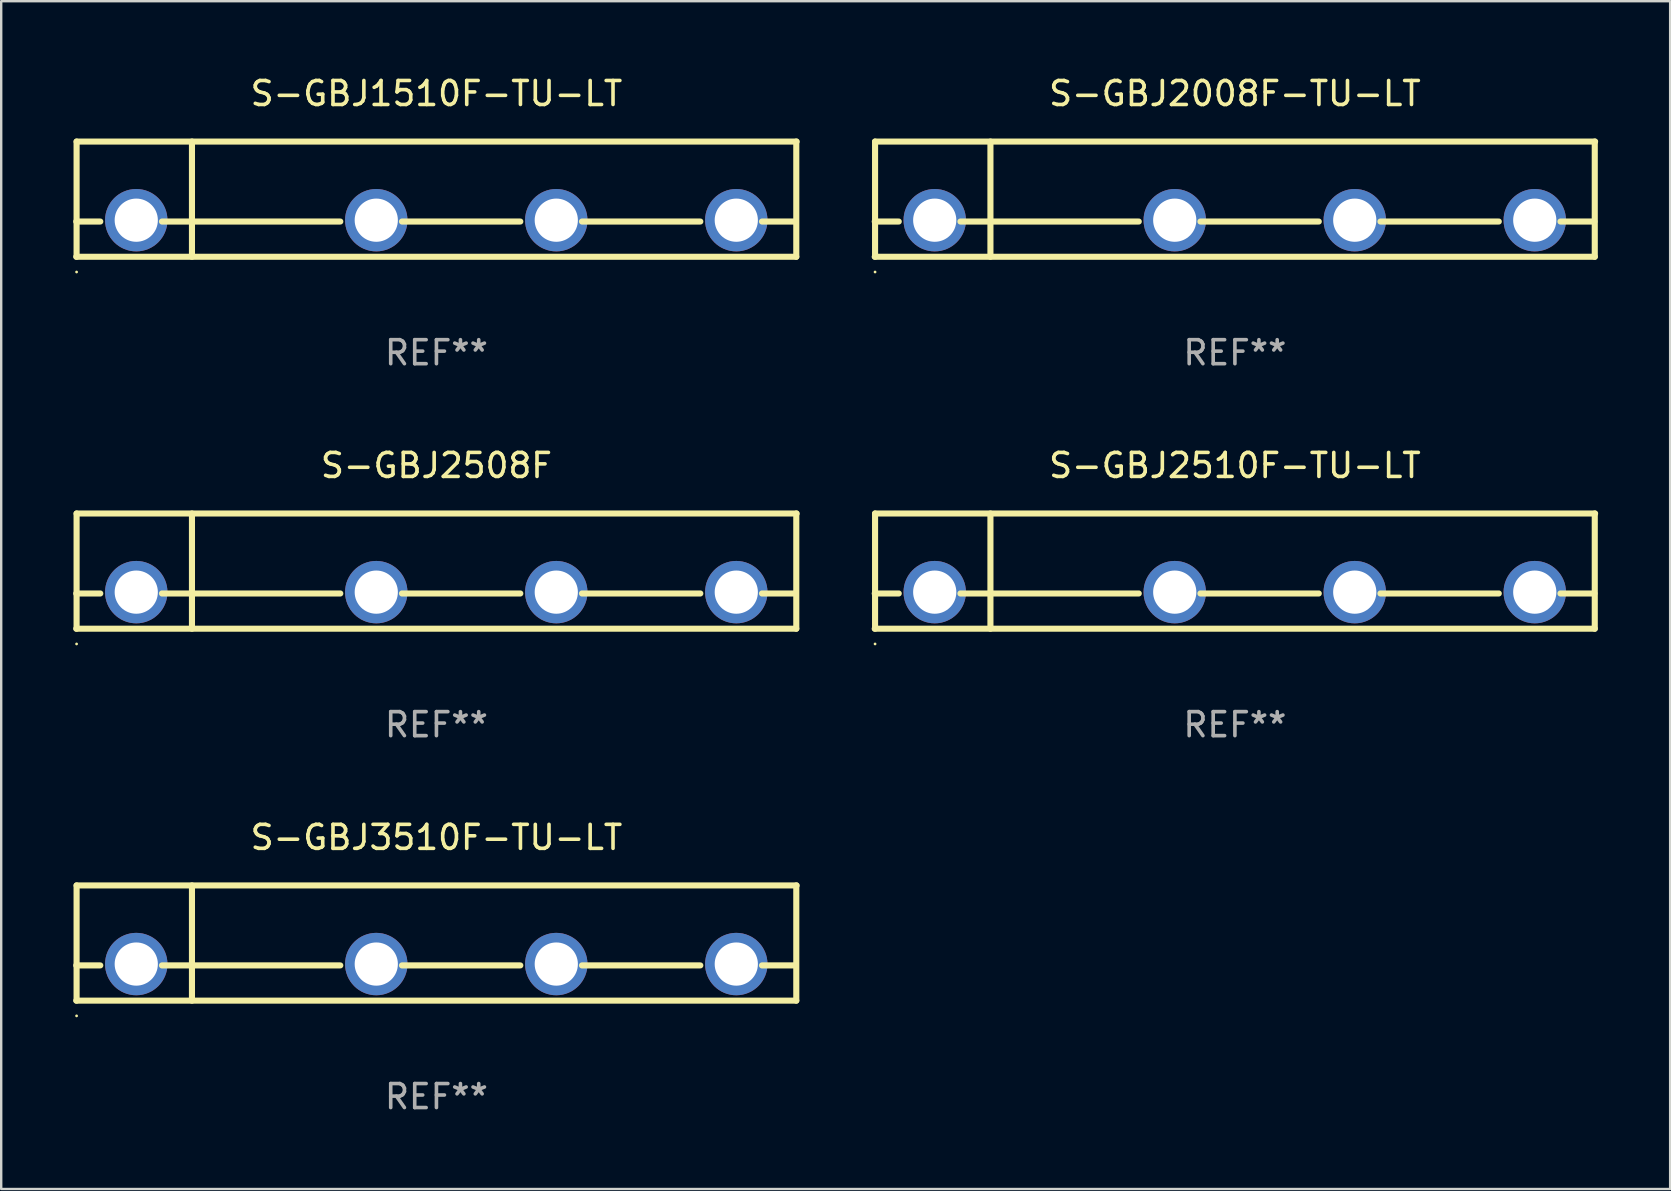
<source format=kicad_pcb>
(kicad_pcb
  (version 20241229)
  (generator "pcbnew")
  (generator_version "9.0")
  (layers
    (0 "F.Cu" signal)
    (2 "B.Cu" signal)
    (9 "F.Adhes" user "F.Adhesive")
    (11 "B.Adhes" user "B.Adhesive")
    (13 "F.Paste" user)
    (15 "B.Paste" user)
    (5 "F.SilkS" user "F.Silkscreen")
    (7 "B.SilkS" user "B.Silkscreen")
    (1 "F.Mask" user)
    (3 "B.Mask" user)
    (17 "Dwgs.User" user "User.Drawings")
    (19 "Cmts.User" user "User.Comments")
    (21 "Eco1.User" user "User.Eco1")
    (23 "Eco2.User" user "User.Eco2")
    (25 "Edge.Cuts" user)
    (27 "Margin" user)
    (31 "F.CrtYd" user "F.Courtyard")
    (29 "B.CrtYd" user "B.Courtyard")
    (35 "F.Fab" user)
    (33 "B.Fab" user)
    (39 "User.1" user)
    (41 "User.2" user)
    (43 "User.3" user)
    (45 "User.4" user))
  (footprint "S-GBJ2510F-TU-LT"
    (layer "F.Cu")
    (at 48.402 20.745)
    (property "Reference" "S-GBJ2510F-TU-LT" (at 0 -4.4 0) (layer "F.SilkS") (effects (font (size 1 1) (thickness 0.15))))
    (attr through_hole)
    (fp_line (start -15.007 0.932) (end -14.006 0.932) (stroke (width 0.254) (type solid)) (layer "F.SilkS"))
    (fp_line (start -15.007 2.4) (end 14.993 2.4) (stroke (width 0.254) (type solid)) (layer "F.SilkS"))
    (fp_line (start -14.993 -2.4) (end -14.993 2.4) (stroke (width 0.254) (type solid)) (layer "F.SilkS"))
    (fp_line (start -14.993 -2.4) (end 15.007 -2.4) (stroke (width 0.254) (type solid)) (layer "F.SilkS"))
    (fp_line (start -11.436 0.932) (end -4.006 0.932) (stroke (width 0.254) (type solid)) (layer "F.SilkS"))
    (fp_line (start -10.186 -2.4) (end -10.186 2.4) (stroke (width 0.254) (type solid)) (layer "F.SilkS"))
    (fp_line (start -1.436 0.932) (end 3.494 0.932) (stroke (width 0.254) (type solid)) (layer "F.SilkS"))
    (fp_line (start 6.064 0.932) (end 10.994 0.932) (stroke (width 0.254) (type solid)) (layer "F.SilkS"))
    (fp_line (start 13.564 0.932) (end 14.979 0.932) (stroke (width 0.254) (type solid)) (layer "F.SilkS"))
    (fp_line (start 14.993 -2.4) (end 14.993 2.4) (stroke (width 0.254) (type solid)) (layer "F.SilkS"))
    (fp_circle (center -14.993 3.035) (end -14.963 3.035) (stroke (width 0.06) (type solid)) (fill no) (layer "F.SilkS"))
    (fp_text user "&#126;" (at -3.308 -0.701 0) (layer "B.Mask") (effects (font (size 1 1) (thickness 0.15))))
    (fp_text user "+" (at -13.468 -0.656 0) (layer "B.Mask") (effects (font (size 1 1) (thickness 0.15))))
    (fp_text user "&#126;" (at 3.931 -0.574 0) (layer "B.Mask") (effects (font (size 1 1) (thickness 0.15))))
    (fp_text user "-" (at 11.169 -0.648 0) (layer "B.Mask") (effects (font (size 1 1) (thickness 0.15))))
    (fp_text user "REF**" (at 0 6.4 0) (layer "F.Fab") (effects (font (size 1 1) (thickness 0.15))))
    (pad "1" thru_hole circle (at -12.507 0.876) (size 2.6 2.6) (drill 1.8) (layers "*.Cu" "*.Mask"))
    (pad "2" thru_hole circle (at -2.507 0.876) (size 2.6 2.6) (drill 1.8) (layers "*.Cu" "*.Mask"))
    (pad "3" thru_hole circle (at 4.993 0.876) (size 2.6 2.6) (drill 1.8) (layers "*.Cu" "*.Mask"))
    (pad "4" thru_hole circle (at 12.493 0.876) (size 2.6 2.6) (drill 1.8) (layers "*.Cu" "*.Mask")))
  (footprint "S-GBJ3510F-TU-LT"
    (layer "F.Cu")
    (at 15.134 36.241)
    (property "Reference" "S-GBJ3510F-TU-LT" (at 0 -4.4 0) (layer "F.SilkS") (effects (font (size 1 1) (thickness 0.15))))
    (attr through_hole)
    (fp_line (start -15.007 0.932) (end -14.006 0.932) (stroke (width 0.254) (type solid)) (layer "F.SilkS"))
    (fp_line (start -15.007 2.4) (end 14.993 2.4) (stroke (width 0.254) (type solid)) (layer "F.SilkS"))
    (fp_line (start -14.993 -2.4) (end -14.993 2.4) (stroke (width 0.254) (type solid)) (layer "F.SilkS"))
    (fp_line (start -14.993 -2.4) (end 15.007 -2.4) (stroke (width 0.254) (type solid)) (layer "F.SilkS"))
    (fp_line (start -11.436 0.932) (end -4.006 0.932) (stroke (width 0.254) (type solid)) (layer "F.SilkS"))
    (fp_line (start -10.186 -2.4) (end -10.186 2.4) (stroke (width 0.254) (type solid)) (layer "F.SilkS"))
    (fp_line (start -1.436 0.932) (end 3.494 0.932) (stroke (width 0.254) (type solid)) (layer "F.SilkS"))
    (fp_line (start 6.064 0.932) (end 10.994 0.932) (stroke (width 0.254) (type solid)) (layer "F.SilkS"))
    (fp_line (start 13.564 0.932) (end 14.979 0.932) (stroke (width 0.254) (type solid)) (layer "F.SilkS"))
    (fp_line (start 14.993 -2.4) (end 14.993 2.4) (stroke (width 0.254) (type solid)) (layer "F.SilkS"))
    (fp_circle (center -14.993 3.035) (end -14.963 3.035) (stroke (width 0.06) (type solid)) (fill no) (layer "F.SilkS"))
    (fp_text user "+" (at -13.468 -0.656 0) (layer "B.Mask") (effects (font (size 1 1) (thickness 0.15))))
    (fp_text user "&#126;" (at 3.931 -0.574 0) (layer "B.Mask") (effects (font (size 1 1) (thickness 0.15))))
    (fp_text user "-" (at 11.169 -0.648 0) (layer "B.Mask") (effects (font (size 1 1) (thickness 0.15))))
    (fp_text user "&#126;" (at -3.308 -0.701 0) (layer "B.Mask") (effects (font (size 1 1) (thickness 0.15))))
    (fp_text user "REF**" (at 0 6.4 0) (layer "F.Fab") (effects (font (size 1 1) (thickness 0.15))))
    (pad "1" thru_hole circle (at -12.507 0.876) (size 2.6 2.6) (drill 1.8) (layers "*.Cu" "*.Mask"))
    (pad "2" thru_hole circle (at -2.507 0.876) (size 2.6 2.6) (drill 1.8) (layers "*.Cu" "*.Mask"))
    (pad "3" thru_hole circle (at 4.993 0.876) (size 2.6 2.6) (drill 1.8) (layers "*.Cu" "*.Mask"))
    (pad "4" thru_hole circle (at 12.493 0.876) (size 2.6 2.6) (drill 1.8) (layers "*.Cu" "*.Mask")))
  (footprint "S-GBJ2508F"
    (layer "F.Cu")
    (at 15.134 20.745)
    (property "Reference" "S-GBJ2508F" (at 0 -4.4 0) (layer "F.SilkS") (effects (font (size 1 1) (thickness 0.15))))
    (attr through_hole)
    (fp_line (start -15.007 0.932) (end -14.006 0.932) (stroke (width 0.254) (type solid)) (layer "F.SilkS"))
    (fp_line (start -15.007 2.4) (end 14.993 2.4) (stroke (width 0.254) (type solid)) (layer "F.SilkS"))
    (fp_line (start -14.993 -2.4) (end -14.993 2.4) (stroke (width 0.254) (type solid)) (layer "F.SilkS"))
    (fp_line (start -14.993 -2.4) (end 15.007 -2.4) (stroke (width 0.254) (type solid)) (layer "F.SilkS"))
    (fp_line (start -11.436 0.932) (end -4.006 0.932) (stroke (width 0.254) (type solid)) (layer "F.SilkS"))
    (fp_line (start -10.186 -2.4) (end -10.186 2.4) (stroke (width 0.254) (type solid)) (layer "F.SilkS"))
    (fp_line (start -1.436 0.932) (end 3.494 0.932) (stroke (width 0.254) (type solid)) (layer "F.SilkS"))
    (fp_line (start 6.064 0.932) (end 10.994 0.932) (stroke (width 0.254) (type solid)) (layer "F.SilkS"))
    (fp_line (start 13.564 0.932) (end 14.979 0.932) (stroke (width 0.254) (type solid)) (layer "F.SilkS"))
    (fp_line (start 14.993 -2.4) (end 14.993 2.4) (stroke (width 0.254) (type solid)) (layer "F.SilkS"))
    (fp_circle (center -14.993 3.035) (end -14.963 3.035) (stroke (width 0.06) (type solid)) (fill no) (layer "F.SilkS"))
    (fp_text user "&#126;" (at -3.308 -0.701 0) (layer "B.Mask") (effects (font (size 1 1) (thickness 0.15))))
    (fp_text user "-" (at 11.169 -0.648 0) (layer "B.Mask") (effects (font (size 1 1) (thickness 0.15))))
    (fp_text user "+" (at -13.468 -0.656 0) (layer "B.Mask") (effects (font (size 1 1) (thickness 0.15))))
    (fp_text user "&#126;" (at 3.931 -0.574 0) (layer "B.Mask") (effects (font (size 1 1) (thickness 0.15))))
    (fp_text user "REF**" (at 0 6.4 0) (layer "F.Fab") (effects (font (size 1 1) (thickness 0.15))))
    (pad "1" thru_hole circle (at -12.507 0.876) (size 2.6 2.6) (drill 1.8) (layers "*.Cu" "*.Mask"))
    (pad "2" thru_hole circle (at -2.507 0.876) (size 2.6 2.6) (drill 1.8) (layers "*.Cu" "*.Mask"))
    (pad "3" thru_hole circle (at 4.993 0.876) (size 2.6 2.6) (drill 1.8) (layers "*.Cu" "*.Mask"))
    (pad "4" thru_hole circle (at 12.493 0.876) (size 2.6 2.6) (drill 1.8) (layers "*.Cu" "*.Mask")))
  (footprint "S-GBJ1510F-TU-LT"
    (layer "F.Cu")
    (at 15.134 5.248)
    (property "Reference" "S-GBJ1510F-TU-LT" (at 0 -4.4 0) (layer "F.SilkS") (effects (font (size 1 1) (thickness 0.15))))
    (attr through_hole)
    (fp_line (start -15.007 0.932) (end -14.006 0.932) (stroke (width 0.254) (type solid)) (layer "F.SilkS"))
    (fp_line (start -15.007 2.4) (end 14.993 2.4) (stroke (width 0.254) (type solid)) (layer "F.SilkS"))
    (fp_line (start -14.993 -2.4) (end -14.993 2.4) (stroke (width 0.254) (type solid)) (layer "F.SilkS"))
    (fp_line (start -14.993 -2.4) (end 15.007 -2.4) (stroke (width 0.254) (type solid)) (layer "F.SilkS"))
    (fp_line (start -11.436 0.932) (end -4.006 0.932) (stroke (width 0.254) (type solid)) (layer "F.SilkS"))
    (fp_line (start -10.186 -2.4) (end -10.186 2.4) (stroke (width 0.254) (type solid)) (layer "F.SilkS"))
    (fp_line (start -1.436 0.932) (end 3.494 0.932) (stroke (width 0.254) (type solid)) (layer "F.SilkS"))
    (fp_line (start 6.064 0.932) (end 10.994 0.932) (stroke (width 0.254) (type solid)) (layer "F.SilkS"))
    (fp_line (start 13.564 0.932) (end 14.979 0.932) (stroke (width 0.254) (type solid)) (layer "F.SilkS"))
    (fp_line (start 14.993 -2.4) (end 14.993 2.4) (stroke (width 0.254) (type solid)) (layer "F.SilkS"))
    (fp_circle (center -14.993 3.035) (end -14.963 3.035) (stroke (width 0.06) (type solid)) (fill no) (layer "F.SilkS"))
    (fp_text user "-" (at 11.169 -0.648 0) (layer "B.Mask") (effects (font (size 1 1) (thickness 0.15))))
    (fp_text user "&#126;" (at -3.308 -0.701 0) (layer "B.Mask") (effects (font (size 1 1) (thickness 0.15))))
    (fp_text user "&#126;" (at 3.931 -0.574 0) (layer "B.Mask") (effects (font (size 1 1) (thickness 0.15))))
    (fp_text user "+" (at -13.468 -0.656 0) (layer "B.Mask") (effects (font (size 1 1) (thickness 0.15))))
    (fp_text user "REF**" (at 0 6.4 0) (layer "F.Fab") (effects (font (size 1 1) (thickness 0.15))))
    (pad "1" thru_hole circle (at -12.507 0.876) (size 2.6 2.6) (drill 1.8) (layers "*.Cu" "*.Mask"))
    (pad "2" thru_hole circle (at -2.507 0.876) (size 2.6 2.6) (drill 1.8) (layers "*.Cu" "*.Mask"))
    (pad "3" thru_hole circle (at 4.993 0.876) (size 2.6 2.6) (drill 1.8) (layers "*.Cu" "*.Mask"))
    (pad "4" thru_hole circle (at 12.493 0.876) (size 2.6 2.6) (drill 1.8) (layers "*.Cu" "*.Mask")))
  (footprint "S-GBJ2008F-TU-LT"
    (layer "F.Cu")
    (at 48.402 5.248)
    (property "Reference" "S-GBJ2008F-TU-LT" (at 0 -4.4 0) (layer "F.SilkS") (effects (font (size 1 1) (thickness 0.15))))
    (attr through_hole)
    (fp_line (start -15.007 0.932) (end -14.006 0.932) (stroke (width 0.254) (type solid)) (layer "F.SilkS"))
    (fp_line (start -15.007 2.4) (end 14.993 2.4) (stroke (width 0.254) (type solid)) (layer "F.SilkS"))
    (fp_line (start -14.993 -2.4) (end -14.993 2.4) (stroke (width 0.254) (type solid)) (layer "F.SilkS"))
    (fp_line (start -14.993 -2.4) (end 15.007 -2.4) (stroke (width 0.254) (type solid)) (layer "F.SilkS"))
    (fp_line (start -11.436 0.932) (end -4.006 0.932) (stroke (width 0.254) (type solid)) (layer "F.SilkS"))
    (fp_line (start -10.186 -2.4) (end -10.186 2.4) (stroke (width 0.254) (type solid)) (layer "F.SilkS"))
    (fp_line (start -1.436 0.932) (end 3.494 0.932) (stroke (width 0.254) (type solid)) (layer "F.SilkS"))
    (fp_line (start 6.064 0.932) (end 10.994 0.932) (stroke (width 0.254) (type solid)) (layer "F.SilkS"))
    (fp_line (start 13.564 0.932) (end 14.979 0.932) (stroke (width 0.254) (type solid)) (layer "F.SilkS"))
    (fp_line (start 14.993 -2.4) (end 14.993 2.4) (stroke (width 0.254) (type solid)) (layer "F.SilkS"))
    (fp_circle (center -14.993 3.035) (end -14.963 3.035) (stroke (width 0.06) (type solid)) (fill no) (layer "F.SilkS"))
    (fp_text user "&#126;" (at -3.308 -0.701 0) (layer "B.Mask") (effects (font (size 1 1) (thickness 0.15))))
    (fp_text user "&#126;" (at 3.931 -0.574 0) (layer "B.Mask") (effects (font (size 1 1) (thickness 0.15))))
    (fp_text user "-" (at 11.169 -0.648 0) (layer "B.Mask") (effects (font (size 1 1) (thickness 0.15))))
    (fp_text user "+" (at -13.468 -0.656 0) (layer "B.Mask") (effects (font (size 1 1) (thickness 0.15))))
    (fp_text user "REF**" (at 0 6.4 0) (layer "F.Fab") (effects (font (size 1 1) (thickness 0.15))))
    (pad "1" thru_hole circle (at -12.507 0.876) (size 2.6 2.6) (drill 1.8) (layers "*.Cu" "*.Mask"))
    (pad "2" thru_hole circle (at -2.507 0.876) (size 2.6 2.6) (drill 1.8) (layers "*.Cu" "*.Mask"))
    (pad "3" thru_hole circle (at 4.993 0.876) (size 2.6 2.6) (drill 1.8) (layers "*.Cu" "*.Mask"))
    (pad "4" thru_hole circle (at 12.493 0.876) (size 2.6 2.6) (drill 1.8) (layers "*.Cu" "*.Mask")))
  (gr_rect
    (start -3 -3)
    (end 66.536 46.489)
    (stroke (width 0.1) (type default))
    (fill no)
    (layer "Edge.Cuts")))
</source>
